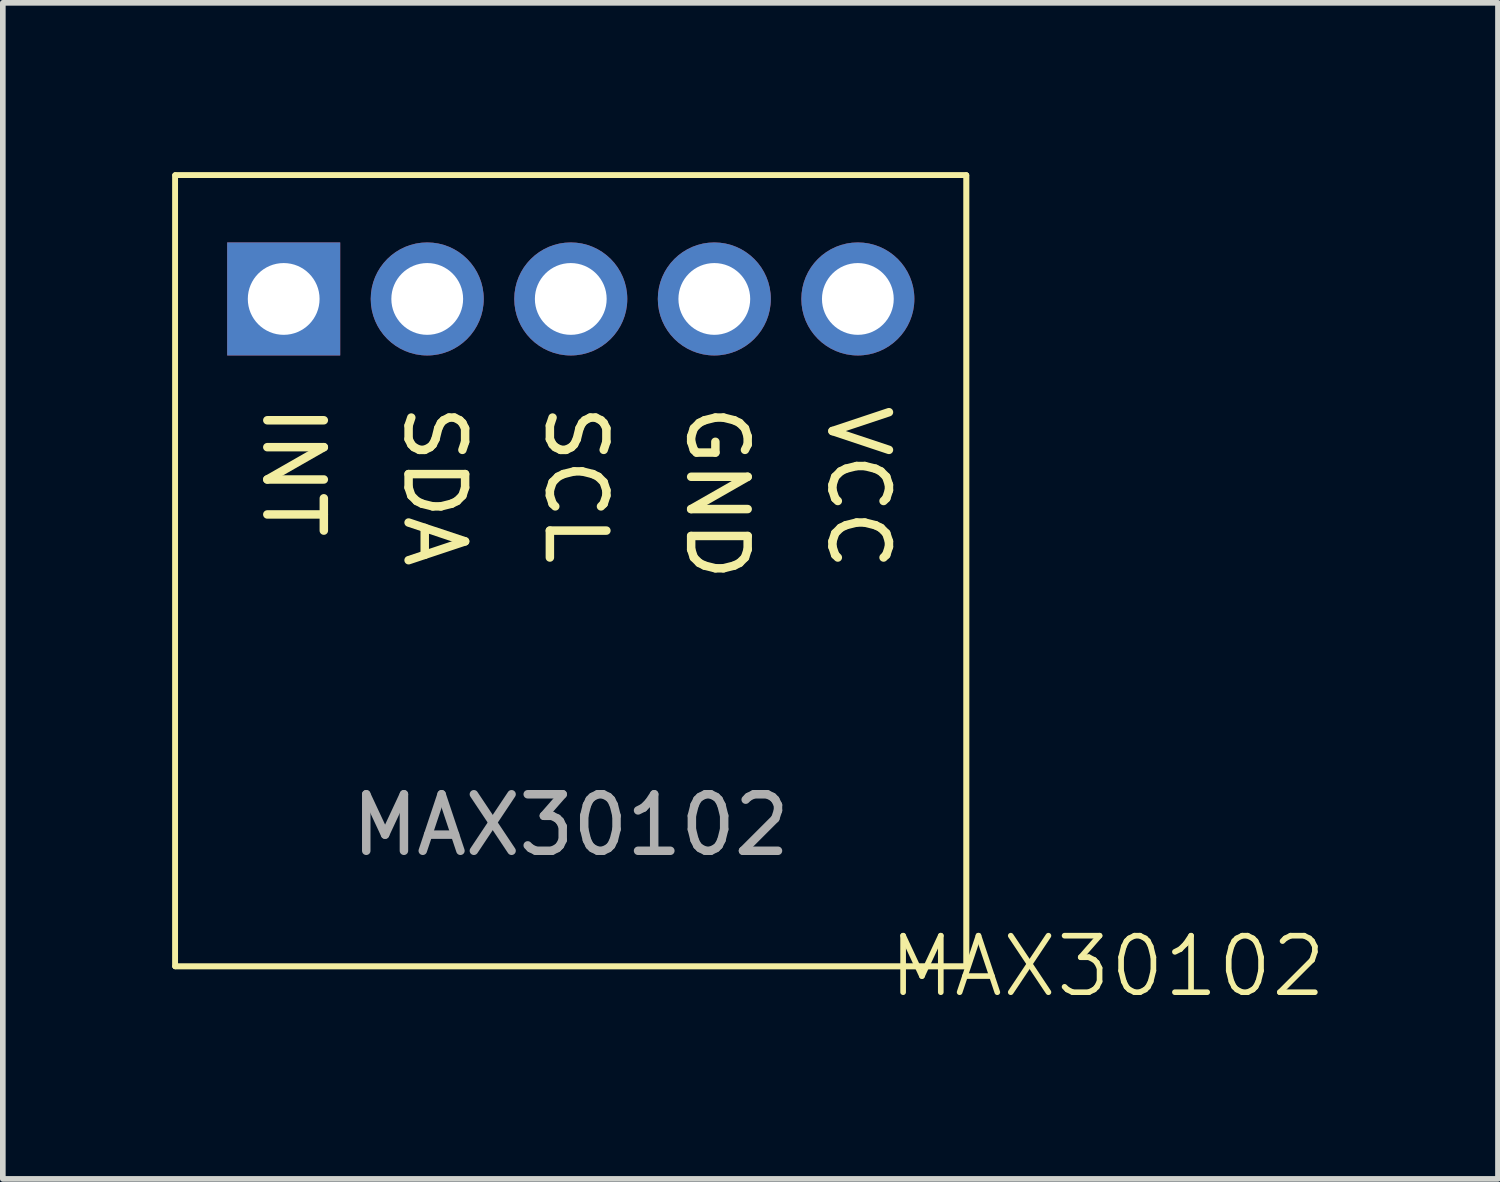
<source format=kicad_pcb>
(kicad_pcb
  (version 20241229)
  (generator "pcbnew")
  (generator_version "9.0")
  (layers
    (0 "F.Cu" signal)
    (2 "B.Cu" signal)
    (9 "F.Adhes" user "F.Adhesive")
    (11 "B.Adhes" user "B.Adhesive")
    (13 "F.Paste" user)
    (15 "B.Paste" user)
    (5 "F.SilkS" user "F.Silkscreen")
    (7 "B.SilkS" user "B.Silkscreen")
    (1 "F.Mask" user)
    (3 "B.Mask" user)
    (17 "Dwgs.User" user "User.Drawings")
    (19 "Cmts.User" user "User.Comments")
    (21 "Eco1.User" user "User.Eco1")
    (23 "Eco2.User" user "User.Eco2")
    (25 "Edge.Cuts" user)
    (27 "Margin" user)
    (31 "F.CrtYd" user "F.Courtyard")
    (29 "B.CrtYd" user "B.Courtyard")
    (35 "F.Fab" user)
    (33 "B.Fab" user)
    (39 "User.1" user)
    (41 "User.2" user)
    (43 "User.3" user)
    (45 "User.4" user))
  (footprint "MAX30102"
    (layer "F.Cu")
    (at 7.05 6.05)
    (property "Reference" "MAX30102" (at 9.5 8 0) (unlocked yes) (layer "F.SilkS") (effects (font (size 1 1) (thickness 0.1))))
    (attr through_hole)
    (fp_line (start -7 -6) (end 7 -6) (stroke (width 0.1) (type default)) (layer "F.SilkS"))
    (fp_line (start -7 8) (end -7 -6) (stroke (width 0.1) (type default)) (layer "F.SilkS"))
    (fp_line (start 7 -6) (end 7 8) (stroke (width 0.1) (type default)) (layer "F.SilkS"))
    (fp_line (start 7 8) (end -7 8) (stroke (width 0.1) (type default)) (layer "F.SilkS"))
    (fp_rect (start -7 -6) (end 7 8) (stroke (width 0.1) (type default)) (fill no) (layer "F.SilkS"))
    (fp_text user "SDA" (at -3 -2 270) (unlocked yes) (layer "F.SilkS") (effects (font (size 1 1) (thickness 0.15)) (justify left bottom)))
    (fp_text user "SCL" (at -0.5 -2 270) (unlocked yes) (layer "F.SilkS") (effects (font (size 1 1) (thickness 0.15)) (justify left bottom)))
    (fp_text user "GND" (at 2 -2 270) (unlocked yes) (layer "F.SilkS") (effects (font (size 1 1) (thickness 0.15)) (justify left bottom)))
    (fp_text user "INT" (at -5.5 -2 270) (unlocked yes) (layer "F.SilkS") (effects (font (size 1 1) (thickness 0.15)) (justify left bottom)))
    (fp_text user "VCC" (at 4.5 -2 270) (unlocked yes) (layer "F.SilkS") (effects (font (size 1 1) (thickness 0.15)) (justify left bottom)))
    (fp_text user "${REFERENCE}" (at 0 5.5 0) (unlocked yes) (layer "F.Fab") (effects (font (size 1 1) (thickness 0.15))))
    (pad "1" thru_hole rect (at -5.08 -3.81) (size 2 2) (drill 1.27) (layers "*.Cu" "*.Mask"))
    (pad "2" thru_hole circle (at -2.54 -3.81) (size 2 2) (drill 1.27) (layers "*.Cu" "*.Mask"))
    (pad "3" thru_hole circle (at 0 -3.81) (size 2 2) (drill 1.27) (layers "*.Cu" "*.Mask"))
    (pad "4" thru_hole circle (at 2.54 -3.81) (size 2 2) (drill 1.27) (layers "*.Cu" "*.Mask"))
    (pad "5" thru_hole circle (at 5.08 -3.81) (size 2 2) (drill 1.27) (layers "*.Cu" "*.Mask"))
    (zone (net_name "") (layer "F.SilkS") (hatch edge 0.5) (connect_pads) (min_thickness 0.25) (filled_areas_thickness no) (keepout (tracks allowed) (vias allowed) (pads not_allowed) (copperpour allowed) (footprints not_allowed)) (placement (enabled no)) (fill) (polygon (pts (xy 0.05 0.05) (xy 14.05 0.05) (xy 14.05 14.05) (xy 0.05 14.05)))))
  (gr_rect
    (start -3 -3)
    (end 23.457 17.811)
    (stroke (width 0.1) (type default))
    (fill no)
    (layer "Edge.Cuts")))
</source>
